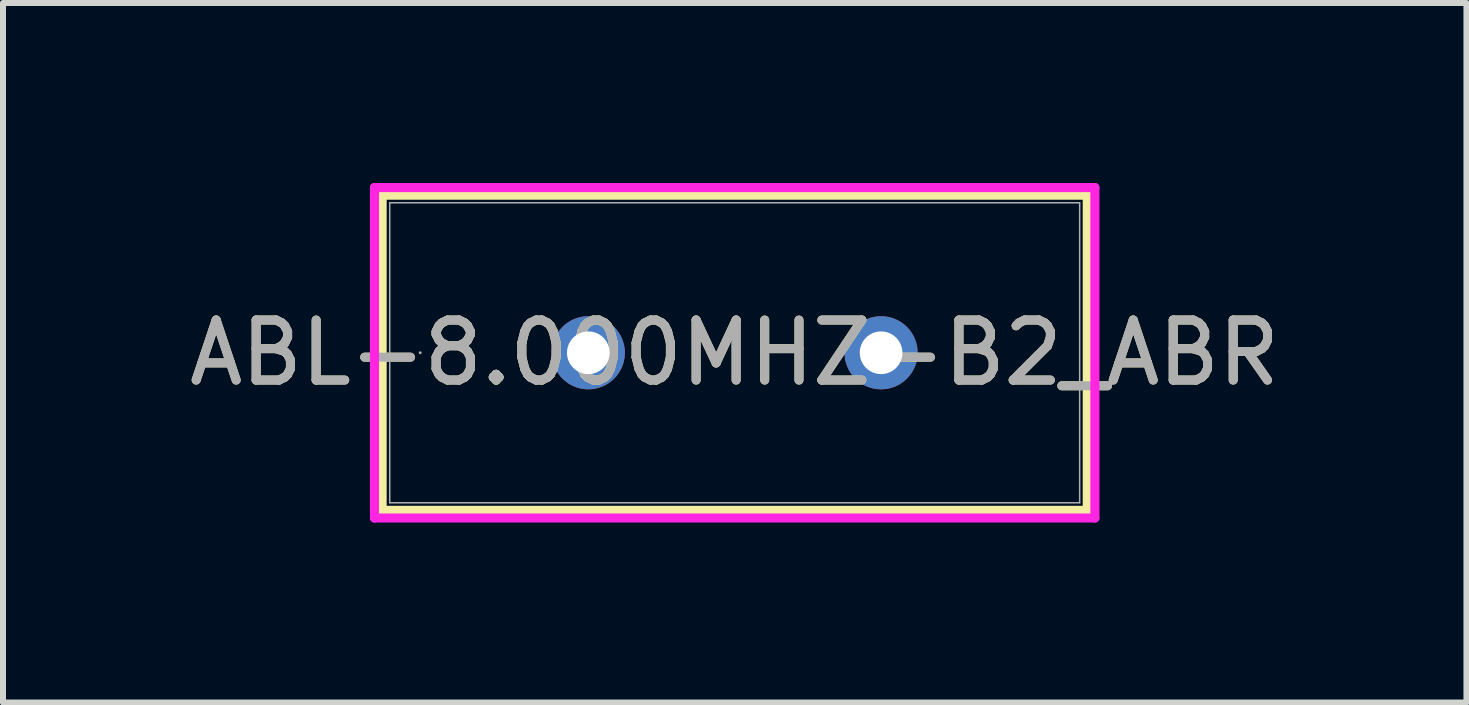
<source format=kicad_pcb>
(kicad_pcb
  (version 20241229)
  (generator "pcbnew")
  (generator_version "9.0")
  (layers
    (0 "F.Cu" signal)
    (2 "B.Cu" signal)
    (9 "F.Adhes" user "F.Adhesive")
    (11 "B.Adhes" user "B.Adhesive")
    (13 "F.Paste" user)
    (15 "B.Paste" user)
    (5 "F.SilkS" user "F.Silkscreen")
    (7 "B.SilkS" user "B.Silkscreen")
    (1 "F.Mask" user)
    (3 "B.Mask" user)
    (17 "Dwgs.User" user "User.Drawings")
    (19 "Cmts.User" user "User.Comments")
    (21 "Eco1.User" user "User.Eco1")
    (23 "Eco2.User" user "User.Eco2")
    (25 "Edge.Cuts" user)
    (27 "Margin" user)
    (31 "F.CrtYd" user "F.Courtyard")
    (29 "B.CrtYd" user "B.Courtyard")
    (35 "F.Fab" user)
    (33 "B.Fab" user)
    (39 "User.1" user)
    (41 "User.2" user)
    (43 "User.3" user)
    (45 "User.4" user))
  (footprint "ABL-8.000MHZ-B2_ABR"
    (layer "F.Cu")
    (at 6.756 2.83)
    (property "Reference" "ABL-8.000MHZ-B2_ABR" (at 2.44 0 0) (unlocked yes) (layer "F.SilkS") (effects (font (size 1 1) (thickness 0.15))))
    (attr through_hole)
    (fp_line (start -3.437 -2.627) (end -3.437 2.627) (stroke (width 0.152) (type solid)) (layer "F.SilkS"))
    (fp_line (start 8.317 -2.627) (end -3.437 -2.627) (stroke (width 0.152) (type solid)) (layer "F.SilkS"))
    (fp_line (start 8.317 -2.627) (end 8.317 2.627) (stroke (width 0.152) (type solid)) (layer "F.SilkS"))
    (fp_line (start 8.317 2.627) (end -3.437 2.627) (stroke (width 0.152) (type solid)) (layer "F.SilkS"))
    (fp_line (start -3.564 -2.754) (end 8.444 -2.754) (stroke (width 0.152) (type solid)) (layer "F.CrtYd"))
    (fp_line (start -3.564 2.754) (end -3.564 -2.754) (stroke (width 0.152) (type solid)) (layer "F.CrtYd"))
    (fp_line (start 8.444 -2.754) (end 8.444 2.754) (stroke (width 0.152) (type solid)) (layer "F.CrtYd"))
    (fp_line (start 8.444 2.754) (end -3.564 2.754) (stroke (width 0.152) (type solid)) (layer "F.CrtYd"))
    (fp_line (start -3.31 -2.5) (end -3.31 2.5) (stroke (width 0.025) (type solid)) (layer "F.Fab"))
    (fp_line (start 8.19 -2.5) (end -3.31 -2.5) (stroke (width 0.025) (type solid)) (layer "F.Fab"))
    (fp_line (start 8.19 -2.5) (end 8.19 2.5) (stroke (width 0.025) (type solid)) (layer "F.Fab"))
    (fp_line (start 8.19 2.5) (end -3.31 2.5) (stroke (width 0.025) (type solid)) (layer "F.Fab"))
    (fp_circle (center -2.802 0) (end -2.802 0) (stroke (width 0.025) (type solid)) (fill no) (layer "F.Fab"))
    (fp_text user "${REFERENCE}" (at 2.44 0 0) (unlocked yes) (layer "F.Fab") (effects (font (size 1 1) (thickness 0.15))))
    (pad "1" thru_hole circle (at 0 0) (size 1.219 1.219) (drill 0.711) (layers "*.Cu" "*.Mask"))
    (pad "2" thru_hole circle (at 4.88 0) (size 1.219 1.219) (drill 0.711) (layers "*.Cu" "*.Mask")))
  (gr_rect
    (start -3 -3)
    (end 21.393 8.66)
    (stroke (width 0.1) (type default))
    (fill no)
    (layer "Edge.Cuts")))
</source>
